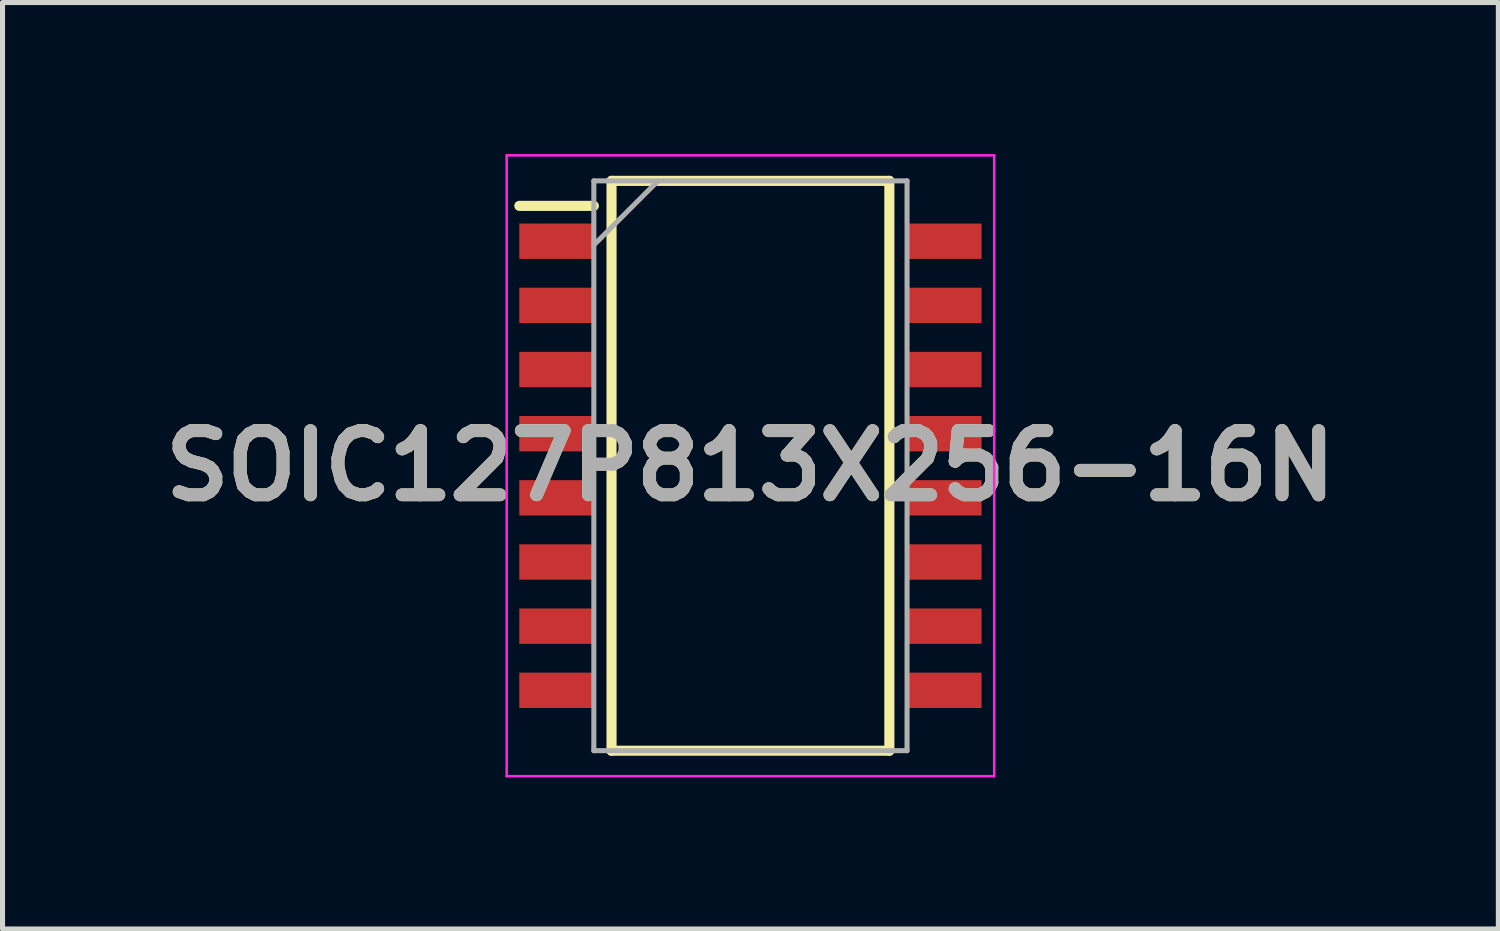
<source format=kicad_pcb>
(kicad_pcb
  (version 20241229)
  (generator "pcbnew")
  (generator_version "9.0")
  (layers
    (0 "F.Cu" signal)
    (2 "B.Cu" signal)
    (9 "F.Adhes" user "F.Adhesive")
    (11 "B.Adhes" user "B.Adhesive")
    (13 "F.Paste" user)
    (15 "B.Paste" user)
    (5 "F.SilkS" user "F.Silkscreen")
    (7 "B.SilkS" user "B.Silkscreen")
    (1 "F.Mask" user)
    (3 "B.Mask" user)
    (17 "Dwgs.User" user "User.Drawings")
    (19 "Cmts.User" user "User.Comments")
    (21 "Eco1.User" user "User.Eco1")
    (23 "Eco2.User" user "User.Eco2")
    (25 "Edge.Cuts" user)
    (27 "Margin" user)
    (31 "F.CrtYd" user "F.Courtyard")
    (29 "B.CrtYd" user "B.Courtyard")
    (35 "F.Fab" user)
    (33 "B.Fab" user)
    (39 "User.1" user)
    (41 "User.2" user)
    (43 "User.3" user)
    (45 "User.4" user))
  (footprint "SOIC127P813X256-16N"
    (layer "F.Cu")
    (at 11.805 6.17)
    (property "Reference" "SOIC127P813X256-16N" (at 0 0 0) (layer "F.SilkS") (effects (font (size 1.27 1.27) (thickness 0.254))))
    (attr smd)
    (fp_line (start -4.575 -5.145) (end -3.1 -5.145) (stroke (width 0.2) (type solid)) (layer "F.SilkS"))
    (fp_line (start -2.75 -5.64) (end 2.75 -5.64) (stroke (width 0.2) (type solid)) (layer "F.SilkS"))
    (fp_line (start -2.75 5.64) (end -2.75 -5.64) (stroke (width 0.2) (type solid)) (layer "F.SilkS"))
    (fp_line (start 2.75 -5.64) (end 2.75 5.64) (stroke (width 0.2) (type solid)) (layer "F.SilkS"))
    (fp_line (start 2.75 5.64) (end -2.75 5.64) (stroke (width 0.2) (type solid)) (layer "F.SilkS"))
    (fp_line (start -4.825 -6.145) (end 4.825 -6.145) (stroke (width 0.05) (type solid)) (layer "F.CrtYd"))
    (fp_line (start -4.825 6.145) (end -4.825 -6.145) (stroke (width 0.05) (type solid)) (layer "F.CrtYd"))
    (fp_line (start 4.825 -6.145) (end 4.825 6.145) (stroke (width 0.05) (type solid)) (layer "F.CrtYd"))
    (fp_line (start 4.825 6.145) (end -4.825 6.145) (stroke (width 0.05) (type solid)) (layer "F.CrtYd"))
    (fp_line (start -3.1 -5.64) (end 3.1 -5.64) (stroke (width 0.1) (type solid)) (layer "F.Fab"))
    (fp_line (start -3.1 -4.37) (end -1.83 -5.64) (stroke (width 0.1) (type solid)) (layer "F.Fab"))
    (fp_line (start -3.1 5.64) (end -3.1 -5.64) (stroke (width 0.1) (type solid)) (layer "F.Fab"))
    (fp_line (start 3.1 -5.64) (end 3.1 5.64) (stroke (width 0.1) (type solid)) (layer "F.Fab"))
    (fp_line (start 3.1 5.64) (end -3.1 5.64) (stroke (width 0.1) (type solid)) (layer "F.Fab"))
    (fp_text user "${REFERENCE}" (at 0 0 0) (layer "F.Fab") (effects (font (size 1.27 1.27) (thickness 0.254))))
    (pad "1" smd rect (at -3.838 -4.445 90) (size 0.7 1.475) (layers "F.Cu" "F.Mask" "F.Paste"))
    (pad "2" smd rect (at -3.838 -3.175 90) (size 0.7 1.475) (layers "F.Cu" "F.Mask" "F.Paste"))
    (pad "3" smd rect (at -3.838 -1.905 90) (size 0.7 1.475) (layers "F.Cu" "F.Mask" "F.Paste"))
    (pad "4" smd rect (at -3.838 -0.635 90) (size 0.7 1.475) (layers "F.Cu" "F.Mask" "F.Paste"))
    (pad "5" smd rect (at -3.838 0.635 90) (size 0.7 1.475) (layers "F.Cu" "F.Mask" "F.Paste"))
    (pad "6" smd rect (at -3.838 1.905 90) (size 0.7 1.475) (layers "F.Cu" "F.Mask" "F.Paste"))
    (pad "7" smd rect (at -3.838 3.175 90) (size 0.7 1.475) (layers "F.Cu" "F.Mask" "F.Paste"))
    (pad "8" smd rect (at -3.838 4.445 90) (size 0.7 1.475) (layers "F.Cu" "F.Mask" "F.Paste"))
    (pad "9" smd rect (at 3.838 4.445 90) (size 0.7 1.475) (layers "F.Cu" "F.Mask" "F.Paste"))
    (pad "10" smd rect (at 3.838 3.175 90) (size 0.7 1.475) (layers "F.Cu" "F.Mask" "F.Paste"))
    (pad "11" smd rect (at 3.838 1.905 90) (size 0.7 1.475) (layers "F.Cu" "F.Mask" "F.Paste"))
    (pad "12" smd rect (at 3.838 0.635 90) (size 0.7 1.475) (layers "F.Cu" "F.Mask" "F.Paste"))
    (pad "13" smd rect (at 3.838 -0.635 90) (size 0.7 1.475) (layers "F.Cu" "F.Mask" "F.Paste"))
    (pad "14" smd rect (at 3.838 -1.905 90) (size 0.7 1.475) (layers "F.Cu" "F.Mask" "F.Paste"))
    (pad "15" smd rect (at 3.838 -3.175 90) (size 0.7 1.475) (layers "F.Cu" "F.Mask" "F.Paste"))
    (pad "16" smd rect (at 3.838 -4.445 90) (size 0.7 1.475) (layers "F.Cu" "F.Mask" "F.Paste")))
  (gr_rect
    (start -3 -3)
    (end 26.61 15.34)
    (stroke (width 0.1) (type default))
    (fill no)
    (layer "Edge.Cuts")))
</source>
